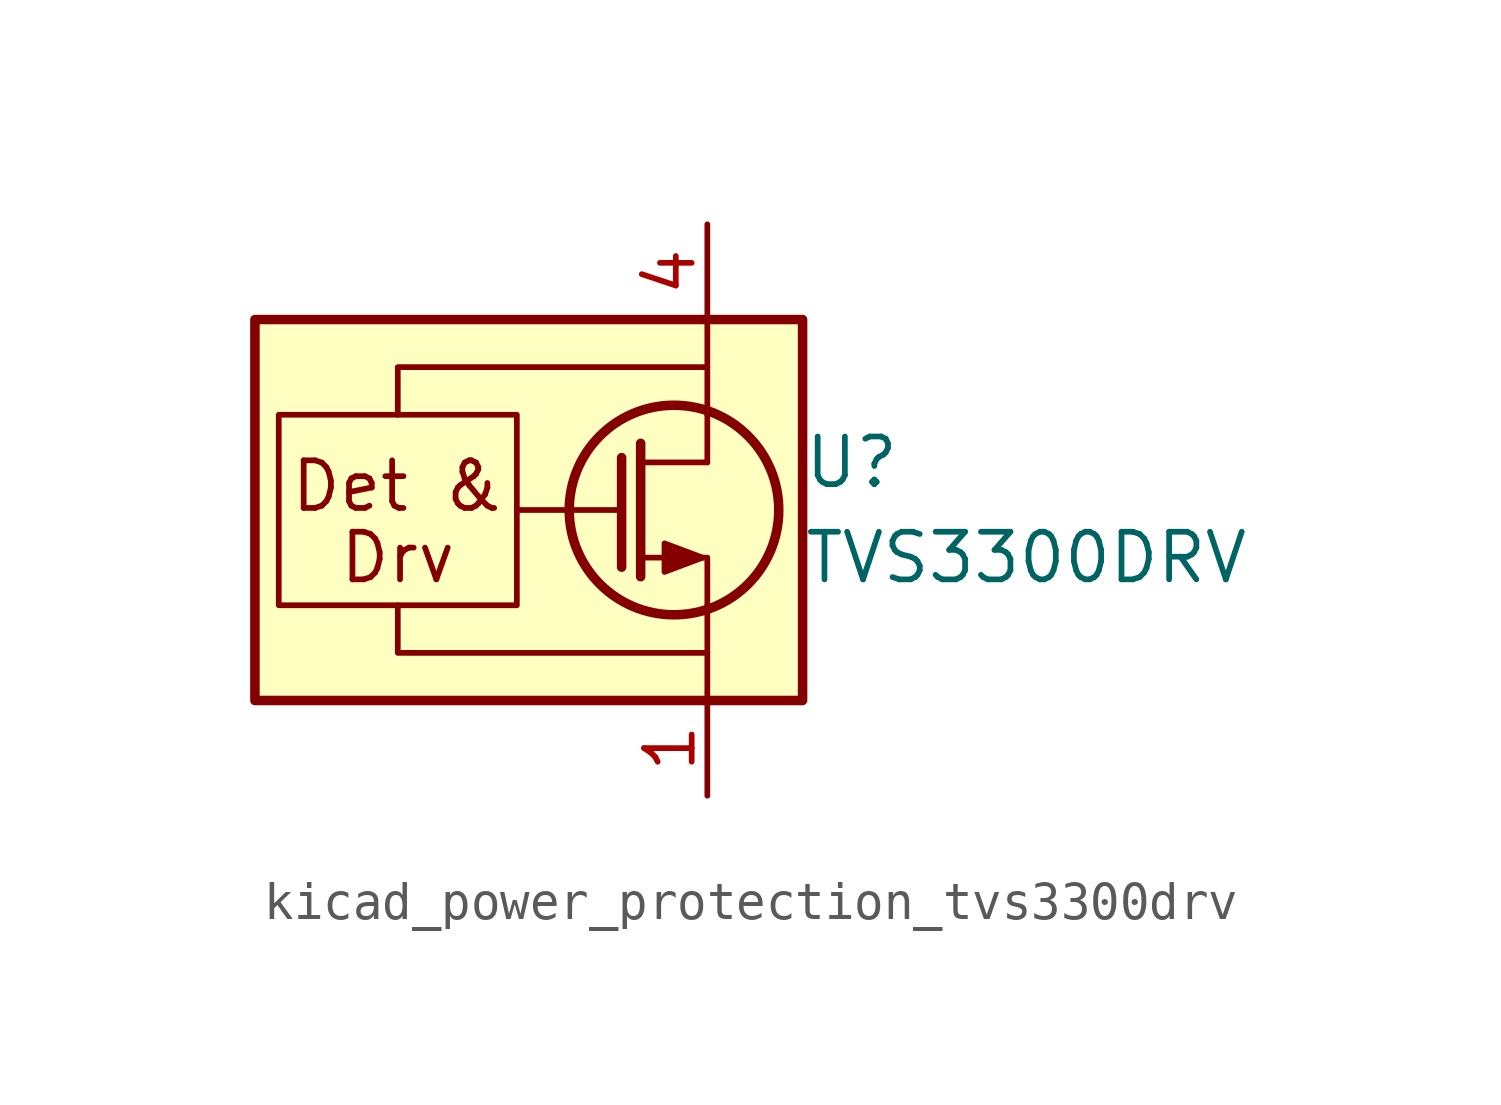
<source format=kicad_sym>
(kicad_symbol_lib
  (version 20220914)
  (generator kicad_symbol_editor)
  (symbol "kicad_power_protection_tvs3300drv"
    (pin_names
      (offset 0) hide)
    (property "Reference" "U"
      (at 2.54 1.27 0)
      (effects (font (size 1.27 1.27)) (justify left)))
    (property "Value" "TVS3300DRV"
      (at 2.54 -1.27 0)
      (effects (font (size 1.27 1.27)) (justify left)))
    (symbol "kicad_power_protection_tvs3300drv_0_0"
      (rectangle (start -11.43 2.54) (end -5.08 -2.54) (stroke (width 0) (type default)) (fill (type none)))
      (polyline (pts (xy 0 1.27) (xy -1.778 1.27)) (stroke (width 0) (type default)) (fill (type none)))
      (polyline (pts (xy -8.255 -2.54) (xy -8.255 -3.81) (xy 0 -3.81)) (stroke (width 0) (type default)) (fill (type none)))
      (polyline (pts (xy -8.255 2.54) (xy -8.255 3.81) (xy 0 3.81)) (stroke (width 0) (type default)) (fill (type none)))
      (text "Det &" (at -8.255 0.635 0) (effects (font (size 1.27 1.27))))
      (text "Drv" (at -8.255 -1.27 0) (effects (font (size 1.27 1.27)))))
    (symbol "kicad_power_protection_tvs3300drv_0_1"
      (rectangle (start -12.065 5.08) (end 2.54 -5.08) (stroke (width 0.254) (type default)) (fill (type background)))
      (circle (center -0.889 0) (radius 2.794) (stroke (width 0.254) (type default)) (fill (type none)))
      (polyline (pts (xy -2.286 0) (xy -5.08 0)) (stroke (width 0) (type default)) (fill (type none)))
      (polyline (pts (xy -2.286 1.397) (xy -2.286 -1.524)) (stroke (width 0.254) (type default)) (fill (type none)))
      (polyline (pts (xy -1.778 1.778) (xy -1.778 -1.778)) (stroke (width 0.254) (type default)) (fill (type none)))
      (polyline (pts (xy 0 -2.54) (xy 0 -5.08)) (stroke (width 0) (type default)) (fill (type none)))
      (polyline (pts (xy 0 2.54) (xy 0 1.27)) (stroke (width 0) (type default)) (fill (type none)))
      (polyline (pts (xy 0 5.08) (xy 0 2.54)) (stroke (width 0) (type default)) (fill (type none)))
      (polyline (pts (xy 0 -2.54) (xy 0 -1.27) (xy -1.778 -1.27)) (stroke (width 0) (type default)) (fill (type none)))
      (polyline (pts (xy -0.127 -1.27) (xy -1.143 -1.651) (xy -1.143 -0.889) (xy -0.127 -1.27)) (stroke (width 0) (type default)) (fill (type outline))))
    (symbol "kicad_power_protection_tvs3300drv_1_1"
      (pin power_in line (at 0 -7.62 90) (length 2.54) (name "GND" (effects (font (size 1.27 1.27)))) (number "1" (effects (font (size 1.27 1.27)))))
      (pin passive line (at 0 -7.62 90) (length 2.54) hide (name "GND" (effects (font (size 1.27 1.27)))) (number "2" (effects (font (size 1.27 1.27)))))
      (pin passive line (at 0 -7.62 90) (length 2.54) hide (name "GND" (effects (font (size 1.27 1.27)))) (number "3" (effects (font (size 1.27 1.27)))))
      (pin passive line (at 0 7.62 270) (length 2.54) (name "IN" (effects (font (size 1.27 1.27)))) (number "4" (effects (font (size 1.27 1.27)))))
      (pin passive line (at 0 7.62 270) (length 2.54) hide (name "IN" (effects (font (size 1.27 1.27)))) (number "5" (effects (font (size 1.27 1.27)))))
      (pin passive line (at 0 7.62 270) (length 2.54) hide (name "IN" (effects (font (size 1.27 1.27)))) (number "6" (effects (font (size 1.27 1.27)))))
      (pin passive line (at 0 -7.62 90) (length 2.54) hide (name "GND" (effects (font (size 1.27 1.27)))) (number "7" (effects (font (size 1.27 1.27))))))))
</source>
